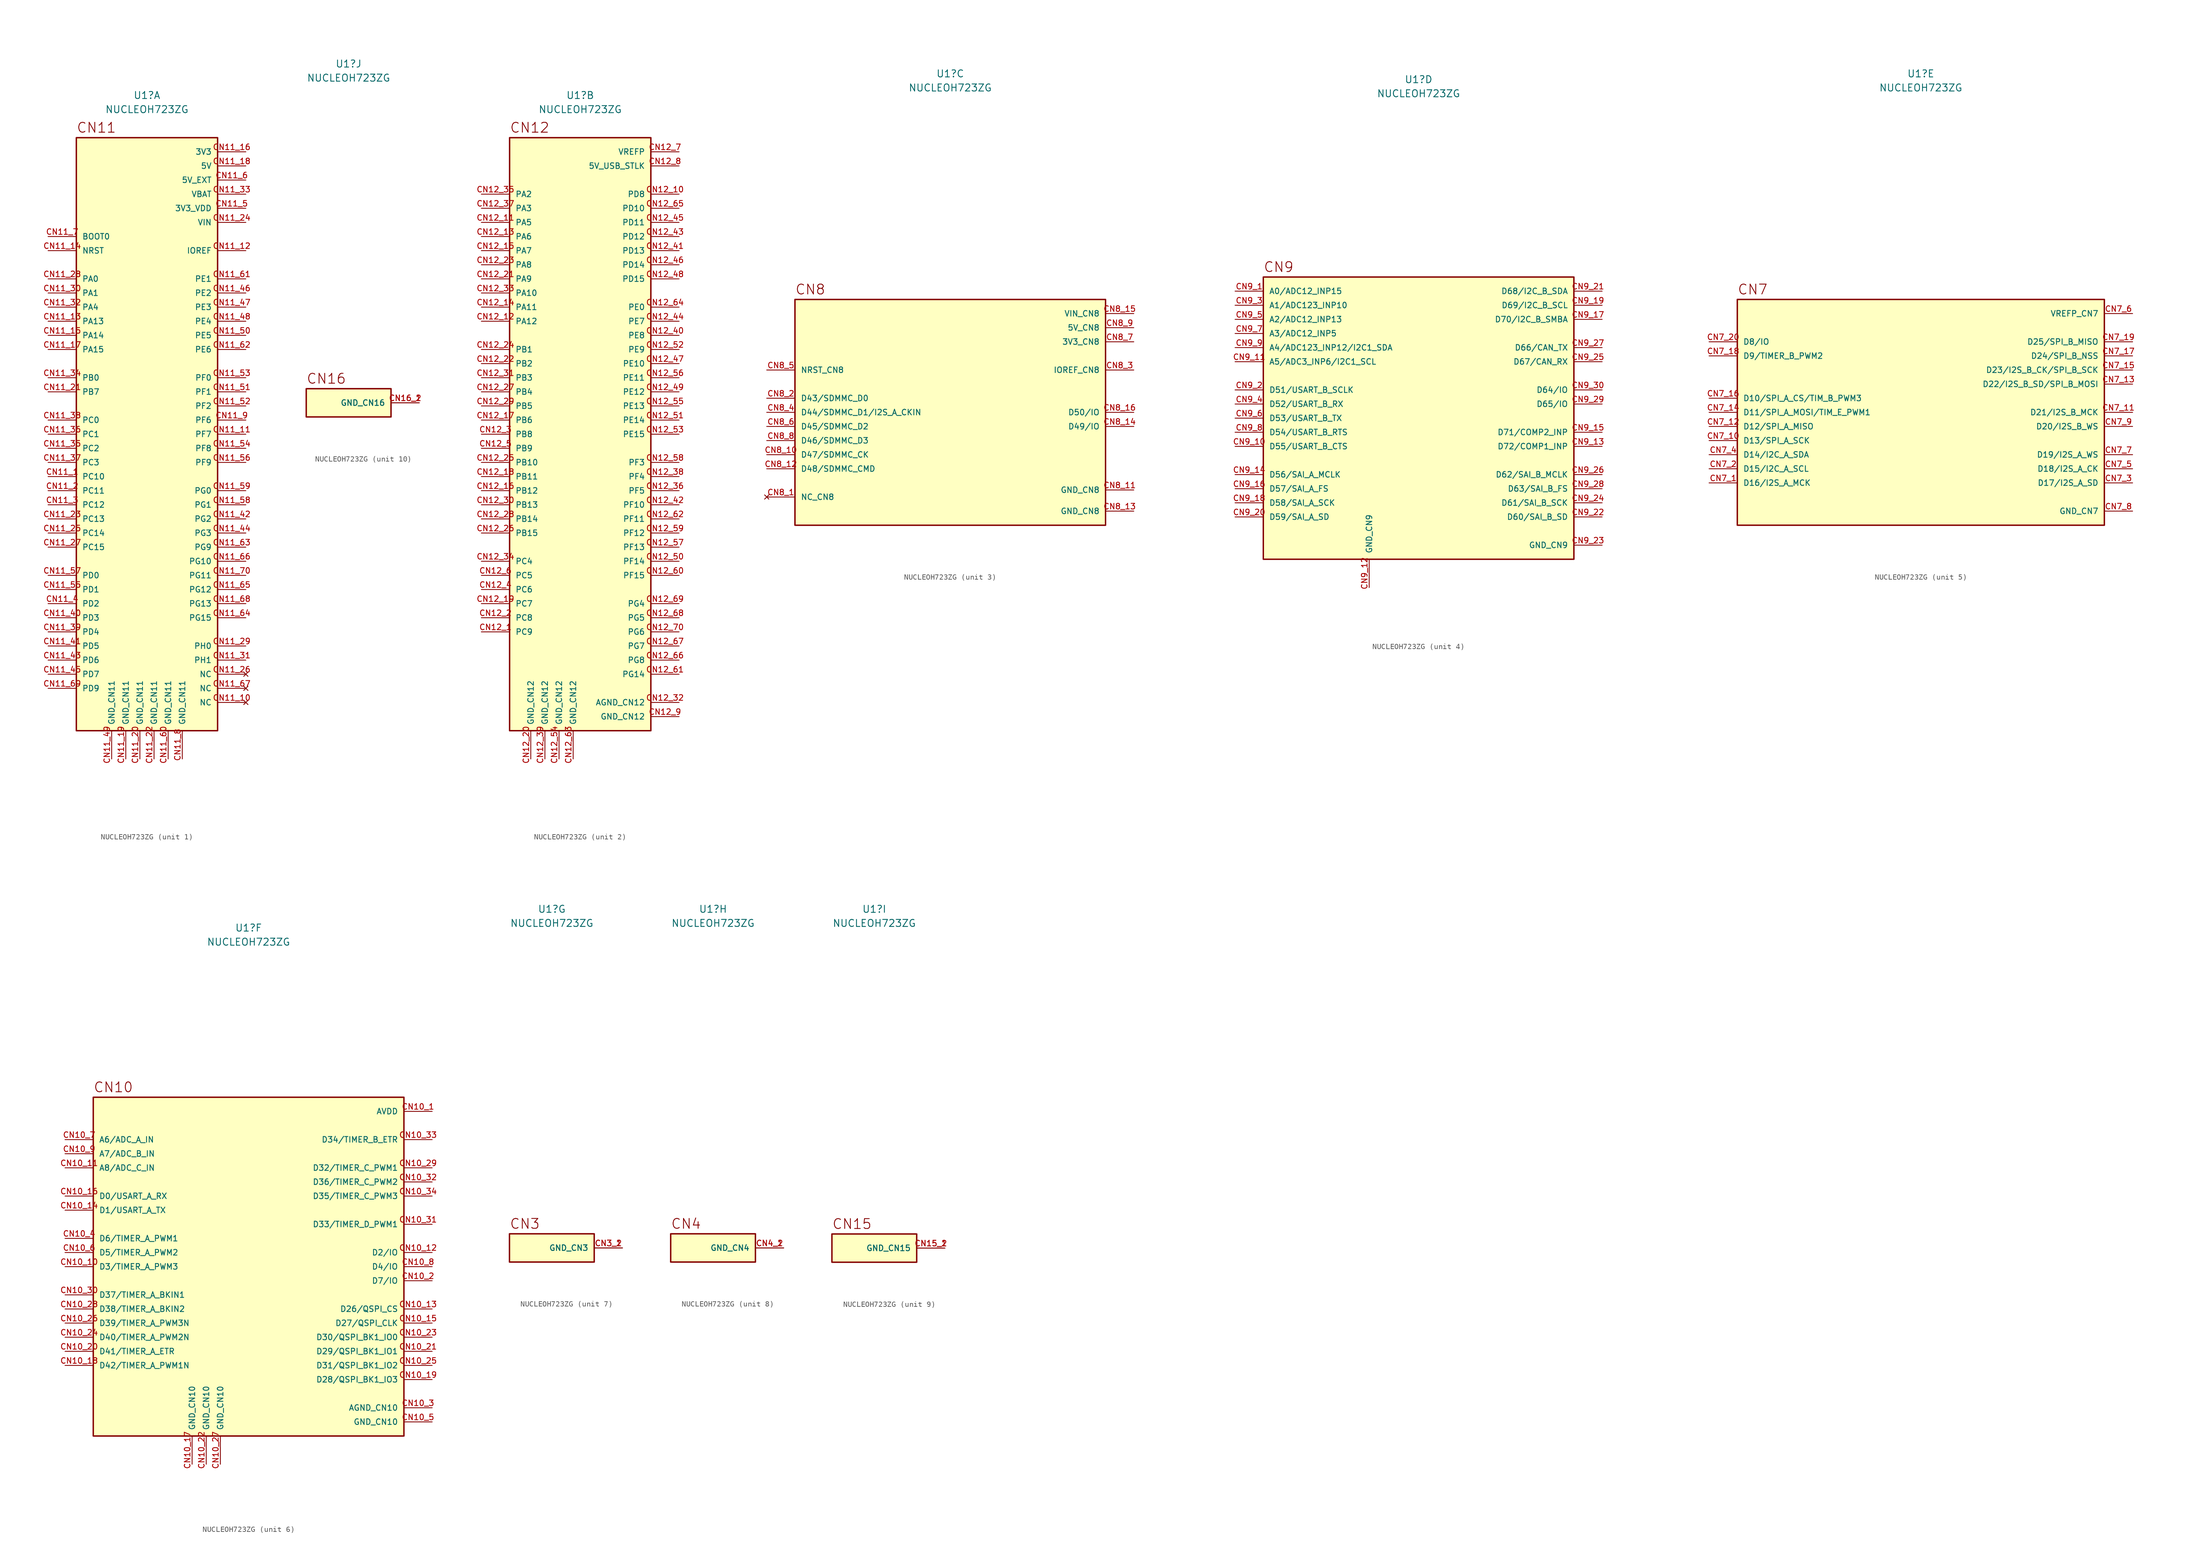
<source format=kicad_sym>
(kicad_symbol_lib
  (version 20231120)
  (generator "kicad_symbol_editor")
  (generator_version "8.0")
  (symbol "NUCLEOH723ZG"
    (pin_names
      (offset 1.016))
    (property "Reference" "U1"
      (at 0 60.96 0)
      (effects (font (size 1.27 1.27))))
    (property "Value" "NUCLEOH723ZG"
      (at 0 58.42 0)
      (effects (font (size 1.27 1.27))))
    (symbol "NUCLEOH723ZG_1_0"
      (rectangle (start -12.7 -53.34) (end 12.7 53.34) (stroke (width 0.254) (type default)) (fill (type background)))
      (text "CN11" (at -12.7 54.102 0) (effects (font (size 1.778 1.778)) (justify left bottom)))
      (pin bidirectional line (at -17.78 -7.62 0) (length 5.08) (name "PC10" (effects (font (size 1.016 1.016)))) (number "CN11_1" (effects (font (size 1.016 1.016)))))
      (pin no_connect line (at 17.78 -48.26 180) (length 5.08) (name "NC" (effects (font (size 1.016 1.016)))) (number "CN11_10" (effects (font (size 1.016 1.016)))))
      (pin bidirectional line (at 17.78 0 180) (length 5.08) (name "PF7" (effects (font (size 1.016 1.016)))) (number "CN11_11" (effects (font (size 1.016 1.016)))))
      (pin bidirectional line (at 17.78 33.02 180) (length 5.08) (name "IOREF" (effects (font (size 1.016 1.016)))) (number "CN11_12" (effects (font (size 1.016 1.016)))))
      (pin bidirectional line (at -17.78 20.32 0) (length 5.08) (name "PA13" (effects (font (size 1.016 1.016)))) (number "CN11_13" (effects (font (size 1.016 1.016)))))
      (pin input line (at -17.78 33.02 0) (length 5.08) (name "NRST" (effects (font (size 1.016 1.016)))) (number "CN11_14" (effects (font (size 1.016 1.016)))))
      (pin bidirectional line (at -17.78 17.78 0) (length 5.08) (name "PA14" (effects (font (size 1.016 1.016)))) (number "CN11_15" (effects (font (size 1.016 1.016)))))
      (pin power_in line (at 17.78 50.8 180) (length 5.08) (name "3V3" (effects (font (size 1.016 1.016)))) (number "CN11_16" (effects (font (size 1.016 1.016)))))
      (pin bidirectional line (at -17.78 15.24 0) (length 5.08) (name "PA15" (effects (font (size 1.016 1.016)))) (number "CN11_17" (effects (font (size 1.016 1.016)))))
      (pin power_in line (at 17.78 48.26 180) (length 5.08) (name "5V" (effects (font (size 1.016 1.016)))) (number "CN11_18" (effects (font (size 1.016 1.016)))))
      (pin power_in line (at -3.81 -58.42 90) (length 5.08) (name "GND_CN11" (effects (font (size 1.016 1.016)))) (number "CN11_19" (effects (font (size 1.016 1.016)))))
      (pin bidirectional line (at -17.78 -10.16 0) (length 5.08) (name "PC11" (effects (font (size 1.016 1.016)))) (number "CN11_2" (effects (font (size 1.016 1.016)))))
      (pin power_in line (at -1.27 -58.42 90) (length 5.08) (name "GND_CN11" (effects (font (size 1.016 1.016)))) (number "CN11_20" (effects (font (size 1.016 1.016)))))
      (pin bidirectional line (at -17.78 7.62 0) (length 5.08) (name "PB7" (effects (font (size 1.016 1.016)))) (number "CN11_21" (effects (font (size 1.016 1.016)))))
      (pin power_in line (at 1.27 -58.42 90) (length 5.08) (name "GND_CN11" (effects (font (size 1.016 1.016)))) (number "CN11_22" (effects (font (size 1.016 1.016)))))
      (pin bidirectional line (at -17.78 -15.24 0) (length 5.08) (name "PC13" (effects (font (size 1.016 1.016)))) (number "CN11_23" (effects (font (size 1.016 1.016)))))
      (pin power_in line (at 17.78 38.1 180) (length 5.08) (name "VIN" (effects (font (size 1.016 1.016)))) (number "CN11_24" (effects (font (size 1.016 1.016)))))
      (pin bidirectional line (at -17.78 -17.78 0) (length 5.08) (name "PC14" (effects (font (size 1.016 1.016)))) (number "CN11_25" (effects (font (size 1.016 1.016)))))
      (pin no_connect line (at 17.78 -43.18 180) (length 5.08) (name "NC" (effects (font (size 1.016 1.016)))) (number "CN11_26" (effects (font (size 1.016 1.016)))))
      (pin bidirectional line (at -17.78 -20.32 0) (length 5.08) (name "PC15" (effects (font (size 1.016 1.016)))) (number "CN11_27" (effects (font (size 1.016 1.016)))))
      (pin bidirectional line (at -17.78 27.94 0) (length 5.08) (name "PA0" (effects (font (size 1.016 1.016)))) (number "CN11_28" (effects (font (size 1.016 1.016)))))
      (pin bidirectional line (at 17.78 -38.1 180) (length 5.08) (name "PH0" (effects (font (size 1.016 1.016)))) (number "CN11_29" (effects (font (size 1.016 1.016)))))
      (pin bidirectional line (at -17.78 -12.7 0) (length 5.08) (name "PC12" (effects (font (size 1.016 1.016)))) (number "CN11_3" (effects (font (size 1.016 1.016)))))
      (pin bidirectional line (at -17.78 25.4 0) (length 5.08) (name "PA1" (effects (font (size 1.016 1.016)))) (number "CN11_30" (effects (font (size 1.016 1.016)))))
      (pin bidirectional line (at 17.78 -40.64 180) (length 5.08) (name "PH1" (effects (font (size 1.016 1.016)))) (number "CN11_31" (effects (font (size 1.016 1.016)))))
      (pin bidirectional line (at -17.78 22.86 0) (length 5.08) (name "PA4" (effects (font (size 1.016 1.016)))) (number "CN11_32" (effects (font (size 1.016 1.016)))))
      (pin power_in line (at 17.78 43.18 180) (length 5.08) (name "VBAT" (effects (font (size 1.016 1.016)))) (number "CN11_33" (effects (font (size 1.016 1.016)))))
      (pin bidirectional line (at -17.78 10.16 0) (length 5.08) (name "PB0" (effects (font (size 1.016 1.016)))) (number "CN11_34" (effects (font (size 1.016 1.016)))))
      (pin bidirectional line (at -17.78 -2.54 0) (length 5.08) (name "PC2" (effects (font (size 1.016 1.016)))) (number "CN11_35" (effects (font (size 1.016 1.016)))))
      (pin bidirectional line (at -17.78 0 0) (length 5.08) (name "PC1" (effects (font (size 1.016 1.016)))) (number "CN11_36" (effects (font (size 1.016 1.016)))))
      (pin bidirectional line (at -17.78 -5.08 0) (length 5.08) (name "PC3" (effects (font (size 1.016 1.016)))) (number "CN11_37" (effects (font (size 1.016 1.016)))))
      (pin bidirectional line (at -17.78 2.54 0) (length 5.08) (name "PC0" (effects (font (size 1.016 1.016)))) (number "CN11_38" (effects (font (size 1.016 1.016)))))
      (pin bidirectional line (at -17.78 -35.56 0) (length 5.08) (name "PD4" (effects (font (size 1.016 1.016)))) (number "CN11_39" (effects (font (size 1.016 1.016)))))
      (pin bidirectional line (at -17.78 -30.48 0) (length 5.08) (name "PD2" (effects (font (size 1.016 1.016)))) (number "CN11_4" (effects (font (size 1.016 1.016)))))
      (pin bidirectional line (at -17.78 -33.02 0) (length 5.08) (name "PD3" (effects (font (size 1.016 1.016)))) (number "CN11_40" (effects (font (size 1.016 1.016)))))
      (pin bidirectional line (at -17.78 -38.1 0) (length 5.08) (name "PD5" (effects (font (size 1.016 1.016)))) (number "CN11_41" (effects (font (size 1.016 1.016)))))
      (pin bidirectional line (at 17.78 -15.24 180) (length 5.08) (name "PG2" (effects (font (size 1.016 1.016)))) (number "CN11_42" (effects (font (size 1.016 1.016)))))
      (pin bidirectional line (at -17.78 -40.64 0) (length 5.08) (name "PD6" (effects (font (size 1.016 1.016)))) (number "CN11_43" (effects (font (size 1.016 1.016)))))
      (pin bidirectional line (at 17.78 -17.78 180) (length 5.08) (name "PG3" (effects (font (size 1.016 1.016)))) (number "CN11_44" (effects (font (size 1.016 1.016)))))
      (pin bidirectional line (at -17.78 -43.18 0) (length 5.08) (name "PD7" (effects (font (size 1.016 1.016)))) (number "CN11_45" (effects (font (size 1.016 1.016)))))
      (pin bidirectional line (at 17.78 25.4 180) (length 5.08) (name "PE2" (effects (font (size 1.016 1.016)))) (number "CN11_46" (effects (font (size 1.016 1.016)))))
      (pin bidirectional line (at 17.78 22.86 180) (length 5.08) (name "PE3" (effects (font (size 1.016 1.016)))) (number "CN11_47" (effects (font (size 1.016 1.016)))))
      (pin bidirectional line (at 17.78 20.32 180) (length 5.08) (name "PE4" (effects (font (size 1.016 1.016)))) (number "CN11_48" (effects (font (size 1.016 1.016)))))
      (pin power_in line (at -6.35 -58.42 90) (length 5.08) (name "GND_CN11" (effects (font (size 1.016 1.016)))) (number "CN11_49" (effects (font (size 1.016 1.016)))))
      (pin power_in line (at 17.78 40.64 180) (length 5.08) (name "3V3_VDD" (effects (font (size 1.016 1.016)))) (number "CN11_5" (effects (font (size 1.016 1.016)))))
      (pin bidirectional line (at 17.78 17.78 180) (length 5.08) (name "PE5" (effects (font (size 1.016 1.016)))) (number "CN11_50" (effects (font (size 1.016 1.016)))))
      (pin bidirectional line (at 17.78 7.62 180) (length 5.08) (name "PF1" (effects (font (size 1.016 1.016)))) (number "CN11_51" (effects (font (size 1.016 1.016)))))
      (pin bidirectional line (at 17.78 5.08 180) (length 5.08) (name "PF2" (effects (font (size 1.016 1.016)))) (number "CN11_52" (effects (font (size 1.016 1.016)))))
      (pin bidirectional line (at 17.78 10.16 180) (length 5.08) (name "PF0" (effects (font (size 1.016 1.016)))) (number "CN11_53" (effects (font (size 1.016 1.016)))))
      (pin bidirectional line (at 17.78 -2.54 180) (length 5.08) (name "PF8" (effects (font (size 1.016 1.016)))) (number "CN11_54" (effects (font (size 1.016 1.016)))))
      (pin bidirectional line (at -17.78 -27.94 0) (length 5.08) (name "PD1" (effects (font (size 1.016 1.016)))) (number "CN11_55" (effects (font (size 1.016 1.016)))))
      (pin bidirectional line (at 17.78 -5.08 180) (length 5.08) (name "PF9" (effects (font (size 1.016 1.016)))) (number "CN11_56" (effects (font (size 1.016 1.016)))))
      (pin bidirectional line (at -17.78 -25.4 0) (length 5.08) (name "PD0" (effects (font (size 1.016 1.016)))) (number "CN11_57" (effects (font (size 1.016 1.016)))))
      (pin bidirectional line (at 17.78 -12.7 180) (length 5.08) (name "PG1" (effects (font (size 1.016 1.016)))) (number "CN11_58" (effects (font (size 1.016 1.016)))))
      (pin bidirectional line (at 17.78 -10.16 180) (length 5.08) (name "PG0" (effects (font (size 1.016 1.016)))) (number "CN11_59" (effects (font (size 1.016 1.016)))))
      (pin power_in line (at 17.78 45.72 180) (length 5.08) (name "5V_EXT" (effects (font (size 1.016 1.016)))) (number "CN11_6" (effects (font (size 1.016 1.016)))))
      (pin power_in line (at 3.81 -58.42 90) (length 5.08) (name "GND_CN11" (effects (font (size 1.016 1.016)))) (number "CN11_60" (effects (font (size 1.016 1.016)))))
      (pin bidirectional line (at 17.78 27.94 180) (length 5.08) (name "PE1" (effects (font (size 1.016 1.016)))) (number "CN11_61" (effects (font (size 1.016 1.016)))))
      (pin bidirectional line (at 17.78 15.24 180) (length 5.08) (name "PE6" (effects (font (size 1.016 1.016)))) (number "CN11_62" (effects (font (size 1.016 1.016)))))
      (pin bidirectional line (at 17.78 -20.32 180) (length 5.08) (name "PG9" (effects (font (size 1.016 1.016)))) (number "CN11_63" (effects (font (size 1.016 1.016)))))
      (pin bidirectional line (at 17.78 -33.02 180) (length 5.08) (name "PG15" (effects (font (size 1.016 1.016)))) (number "CN11_64" (effects (font (size 1.016 1.016)))))
      (pin bidirectional line (at 17.78 -27.94 180) (length 5.08) (name "PG12" (effects (font (size 1.016 1.016)))) (number "CN11_65" (effects (font (size 1.016 1.016)))))
      (pin bidirectional line (at 17.78 -22.86 180) (length 5.08) (name "PG10" (effects (font (size 1.016 1.016)))) (number "CN11_66" (effects (font (size 1.016 1.016)))))
      (pin no_connect line (at 17.78 -45.72 180) (length 5.08) (name "NC" (effects (font (size 1.016 1.016)))) (number "CN11_67" (effects (font (size 1.016 1.016)))))
      (pin bidirectional line (at 17.78 -30.48 180) (length 5.08) (name "PG13" (effects (font (size 1.016 1.016)))) (number "CN11_68" (effects (font (size 1.016 1.016)))))
      (pin bidirectional line (at -17.78 -45.72 0) (length 5.08) (name "PD9" (effects (font (size 1.016 1.016)))) (number "CN11_69" (effects (font (size 1.016 1.016)))))
      (pin input line (at -17.78 35.56 0) (length 5.08) (name "BOOT0" (effects (font (size 1.016 1.016)))) (number "CN11_7" (effects (font (size 1.016 1.016)))))
      (pin bidirectional line (at 17.78 -25.4 180) (length 5.08) (name "PG11" (effects (font (size 1.016 1.016)))) (number "CN11_70" (effects (font (size 1.016 1.016)))))
      (pin power_in line (at 6.35 -58.42 90) (length 5.08) (name "GND_CN11" (effects (font (size 1.016 1.016)))) (number "CN11_8" (effects (font (size 1.016 1.016)))))
      (pin bidirectional line (at 17.78 2.54 180) (length 5.08) (name "PF6" (effects (font (size 1.016 1.016)))) (number "CN11_9" (effects (font (size 1.016 1.016))))))
    (symbol "NUCLEOH723ZG_2_0"
      (rectangle (start -12.7 -53.34) (end 12.7 53.34) (stroke (width 0.254) (type default)) (fill (type background)))
      (text "CN12" (at -12.7 54.102 0) (effects (font (size 1.778 1.778)) (justify left bottom)))
      (pin bidirectional line (at -17.78 -35.56 0) (length 5.08) (name "PC9" (effects (font (size 1.016 1.016)))) (number "CN12_1" (effects (font (size 1.016 1.016)))))
      (pin bidirectional line (at 17.78 43.18 180) (length 5.08) (name "PD8" (effects (font (size 1.016 1.016)))) (number "CN12_10" (effects (font (size 1.016 1.016)))))
      (pin bidirectional line (at -17.78 38.1 0) (length 5.08) (name "PA5" (effects (font (size 1.016 1.016)))) (number "CN12_11" (effects (font (size 1.016 1.016)))))
      (pin bidirectional line (at -17.78 20.32 0) (length 5.08) (name "PA12" (effects (font (size 1.016 1.016)))) (number "CN12_12" (effects (font (size 1.016 1.016)))))
      (pin bidirectional line (at -17.78 35.56 0) (length 5.08) (name "PA6" (effects (font (size 1.016 1.016)))) (number "CN12_13" (effects (font (size 1.016 1.016)))))
      (pin bidirectional line (at -17.78 22.86 0) (length 5.08) (name "PA11" (effects (font (size 1.016 1.016)))) (number "CN12_14" (effects (font (size 1.016 1.016)))))
      (pin bidirectional line (at -17.78 33.02 0) (length 5.08) (name "PA7" (effects (font (size 1.016 1.016)))) (number "CN12_15" (effects (font (size 1.016 1.016)))))
      (pin bidirectional line (at -17.78 -10.16 0) (length 5.08) (name "PB12" (effects (font (size 1.016 1.016)))) (number "CN12_16" (effects (font (size 1.016 1.016)))))
      (pin bidirectional line (at -17.78 2.54 0) (length 5.08) (name "PB6" (effects (font (size 1.016 1.016)))) (number "CN12_17" (effects (font (size 1.016 1.016)))))
      (pin bidirectional line (at -17.78 -7.62 0) (length 5.08) (name "PB11" (effects (font (size 1.016 1.016)))) (number "CN12_18" (effects (font (size 1.016 1.016)))))
      (pin bidirectional line (at -17.78 -30.48 0) (length 5.08) (name "PC7" (effects (font (size 1.016 1.016)))) (number "CN12_19" (effects (font (size 1.016 1.016)))))
      (pin bidirectional line (at -17.78 -33.02 0) (length 5.08) (name "PC8" (effects (font (size 1.016 1.016)))) (number "CN12_2" (effects (font (size 1.016 1.016)))))
      (pin power_in line (at -8.89 -58.42 90) (length 5.08) (name "GND_CN12" (effects (font (size 1.016 1.016)))) (number "CN12_20" (effects (font (size 1.016 1.016)))))
      (pin bidirectional line (at -17.78 27.94 0) (length 5.08) (name "PA9" (effects (font (size 1.016 1.016)))) (number "CN12_21" (effects (font (size 1.016 1.016)))))
      (pin bidirectional line (at -17.78 12.7 0) (length 5.08) (name "PB2" (effects (font (size 1.016 1.016)))) (number "CN12_22" (effects (font (size 1.016 1.016)))))
      (pin bidirectional line (at -17.78 30.48 0) (length 5.08) (name "PA8" (effects (font (size 1.016 1.016)))) (number "CN12_23" (effects (font (size 1.016 1.016)))))
      (pin bidirectional line (at -17.78 15.24 0) (length 5.08) (name "PB1" (effects (font (size 1.016 1.016)))) (number "CN12_24" (effects (font (size 1.016 1.016)))))
      (pin bidirectional line (at -17.78 -5.08 0) (length 5.08) (name "PB10" (effects (font (size 1.016 1.016)))) (number "CN12_25" (effects (font (size 1.016 1.016)))))
      (pin bidirectional line (at -17.78 -17.78 0) (length 5.08) (name "PB15" (effects (font (size 1.016 1.016)))) (number "CN12_26" (effects (font (size 1.016 1.016)))))
      (pin bidirectional line (at -17.78 7.62 0) (length 5.08) (name "PB4" (effects (font (size 1.016 1.016)))) (number "CN12_27" (effects (font (size 1.016 1.016)))))
      (pin bidirectional line (at -17.78 -15.24 0) (length 5.08) (name "PB14" (effects (font (size 1.016 1.016)))) (number "CN12_28" (effects (font (size 1.016 1.016)))))
      (pin bidirectional line (at -17.78 5.08 0) (length 5.08) (name "PB5" (effects (font (size 1.016 1.016)))) (number "CN12_29" (effects (font (size 1.016 1.016)))))
      (pin bidirectional line (at -17.78 0 0) (length 5.08) (name "PB8" (effects (font (size 1.016 1.016)))) (number "CN12_3" (effects (font (size 1.016 1.016)))))
      (pin bidirectional line (at -17.78 -12.7 0) (length 5.08) (name "PB13" (effects (font (size 1.016 1.016)))) (number "CN12_30" (effects (font (size 1.016 1.016)))))
      (pin bidirectional line (at -17.78 10.16 0) (length 5.08) (name "PB3" (effects (font (size 1.016 1.016)))) (number "CN12_31" (effects (font (size 1.016 1.016)))))
      (pin power_in line (at 17.78 -48.26 180) (length 5.08) (name "AGND_CN12" (effects (font (size 1.016 1.016)))) (number "CN12_32" (effects (font (size 1.016 1.016)))))
      (pin bidirectional line (at -17.78 25.4 0) (length 5.08) (name "PA10" (effects (font (size 1.016 1.016)))) (number "CN12_33" (effects (font (size 1.016 1.016)))))
      (pin bidirectional line (at -17.78 -22.86 0) (length 5.08) (name "PC4" (effects (font (size 1.016 1.016)))) (number "CN12_34" (effects (font (size 1.016 1.016)))))
      (pin bidirectional line (at -17.78 43.18 0) (length 5.08) (name "PA2" (effects (font (size 1.016 1.016)))) (number "CN12_35" (effects (font (size 1.016 1.016)))))
      (pin bidirectional line (at 17.78 -10.16 180) (length 5.08) (name "PF5" (effects (font (size 1.016 1.016)))) (number "CN12_36" (effects (font (size 1.016 1.016)))))
      (pin bidirectional line (at -17.78 40.64 0) (length 5.08) (name "PA3" (effects (font (size 1.016 1.016)))) (number "CN12_37" (effects (font (size 1.016 1.016)))))
      (pin bidirectional line (at 17.78 -7.62 180) (length 5.08) (name "PF4" (effects (font (size 1.016 1.016)))) (number "CN12_38" (effects (font (size 1.016 1.016)))))
      (pin power_in line (at -6.35 -58.42 90) (length 5.08) (name "GND_CN12" (effects (font (size 1.016 1.016)))) (number "CN12_39" (effects (font (size 1.016 1.016)))))
      (pin bidirectional line (at -17.78 -27.94 0) (length 5.08) (name "PC6" (effects (font (size 1.016 1.016)))) (number "CN12_4" (effects (font (size 1.016 1.016)))))
      (pin bidirectional line (at 17.78 17.78 180) (length 5.08) (name "PE8" (effects (font (size 1.016 1.016)))) (number "CN12_40" (effects (font (size 1.016 1.016)))))
      (pin bidirectional line (at 17.78 33.02 180) (length 5.08) (name "PD13" (effects (font (size 1.016 1.016)))) (number "CN12_41" (effects (font (size 1.016 1.016)))))
      (pin bidirectional line (at 17.78 -12.7 180) (length 5.08) (name "PF10" (effects (font (size 1.016 1.016)))) (number "CN12_42" (effects (font (size 1.016 1.016)))))
      (pin bidirectional line (at 17.78 35.56 180) (length 5.08) (name "PD12" (effects (font (size 1.016 1.016)))) (number "CN12_43" (effects (font (size 1.016 1.016)))))
      (pin bidirectional line (at 17.78 20.32 180) (length 5.08) (name "PE7" (effects (font (size 1.016 1.016)))) (number "CN12_44" (effects (font (size 1.016 1.016)))))
      (pin bidirectional line (at 17.78 38.1 180) (length 5.08) (name "PD11" (effects (font (size 1.016 1.016)))) (number "CN12_45" (effects (font (size 1.016 1.016)))))
      (pin bidirectional line (at 17.78 30.48 180) (length 5.08) (name "PD14" (effects (font (size 1.016 1.016)))) (number "CN12_46" (effects (font (size 1.016 1.016)))))
      (pin bidirectional line (at 17.78 12.7 180) (length 5.08) (name "PE10" (effects (font (size 1.016 1.016)))) (number "CN12_47" (effects (font (size 1.016 1.016)))))
      (pin bidirectional line (at 17.78 27.94 180) (length 5.08) (name "PD15" (effects (font (size 1.016 1.016)))) (number "CN12_48" (effects (font (size 1.016 1.016)))))
      (pin bidirectional line (at 17.78 7.62 180) (length 5.08) (name "PE12" (effects (font (size 1.016 1.016)))) (number "CN12_49" (effects (font (size 1.016 1.016)))))
      (pin bidirectional line (at -17.78 -2.54 0) (length 5.08) (name "PB9" (effects (font (size 1.016 1.016)))) (number "CN12_5" (effects (font (size 1.016 1.016)))))
      (pin bidirectional line (at 17.78 -22.86 180) (length 5.08) (name "PF14" (effects (font (size 1.016 1.016)))) (number "CN12_50" (effects (font (size 1.016 1.016)))))
      (pin bidirectional line (at 17.78 2.54 180) (length 5.08) (name "PE14" (effects (font (size 1.016 1.016)))) (number "CN12_51" (effects (font (size 1.016 1.016)))))
      (pin bidirectional line (at 17.78 15.24 180) (length 5.08) (name "PE9" (effects (font (size 1.016 1.016)))) (number "CN12_52" (effects (font (size 1.016 1.016)))))
      (pin bidirectional line (at 17.78 0 180) (length 5.08) (name "PE15" (effects (font (size 1.016 1.016)))) (number "CN12_53" (effects (font (size 1.016 1.016)))))
      (pin power_in line (at -3.81 -58.42 90) (length 5.08) (name "GND_CN12" (effects (font (size 1.016 1.016)))) (number "CN12_54" (effects (font (size 1.016 1.016)))))
      (pin bidirectional line (at 17.78 5.08 180) (length 5.08) (name "PE13" (effects (font (size 1.016 1.016)))) (number "CN12_55" (effects (font (size 1.016 1.016)))))
      (pin bidirectional line (at 17.78 10.16 180) (length 5.08) (name "PE11" (effects (font (size 1.016 1.016)))) (number "CN12_56" (effects (font (size 1.016 1.016)))))
      (pin bidirectional line (at 17.78 -20.32 180) (length 5.08) (name "PF13" (effects (font (size 1.016 1.016)))) (number "CN12_57" (effects (font (size 1.016 1.016)))))
      (pin bidirectional line (at 17.78 -5.08 180) (length 5.08) (name "PF3" (effects (font (size 1.016 1.016)))) (number "CN12_58" (effects (font (size 1.016 1.016)))))
      (pin bidirectional line (at 17.78 -17.78 180) (length 5.08) (name "PF12" (effects (font (size 1.016 1.016)))) (number "CN12_59" (effects (font (size 1.016 1.016)))))
      (pin bidirectional line (at -17.78 -25.4 0) (length 5.08) (name "PC5" (effects (font (size 1.016 1.016)))) (number "CN12_6" (effects (font (size 1.016 1.016)))))
      (pin bidirectional line (at 17.78 -25.4 180) (length 5.08) (name "PF15" (effects (font (size 1.016 1.016)))) (number "CN12_60" (effects (font (size 1.016 1.016)))))
      (pin bidirectional line (at 17.78 -43.18 180) (length 5.08) (name "PG14" (effects (font (size 1.016 1.016)))) (number "CN12_61" (effects (font (size 1.016 1.016)))))
      (pin bidirectional line (at 17.78 -15.24 180) (length 5.08) (name "PF11" (effects (font (size 1.016 1.016)))) (number "CN12_62" (effects (font (size 1.016 1.016)))))
      (pin power_in line (at -1.27 -58.42 90) (length 5.08) (name "GND_CN12" (effects (font (size 1.016 1.016)))) (number "CN12_63" (effects (font (size 1.016 1.016)))))
      (pin bidirectional line (at 17.78 22.86 180) (length 5.08) (name "PE0" (effects (font (size 1.016 1.016)))) (number "CN12_64" (effects (font (size 1.016 1.016)))))
      (pin bidirectional line (at 17.78 40.64 180) (length 5.08) (name "PD10" (effects (font (size 1.016 1.016)))) (number "CN12_65" (effects (font (size 1.016 1.016)))))
      (pin bidirectional line (at 17.78 -40.64 180) (length 5.08) (name "PG8" (effects (font (size 1.016 1.016)))) (number "CN12_66" (effects (font (size 1.016 1.016)))))
      (pin bidirectional line (at 17.78 -38.1 180) (length 5.08) (name "PG7" (effects (font (size 1.016 1.016)))) (number "CN12_67" (effects (font (size 1.016 1.016)))))
      (pin bidirectional line (at 17.78 -33.02 180) (length 5.08) (name "PG5" (effects (font (size 1.016 1.016)))) (number "CN12_68" (effects (font (size 1.016 1.016)))))
      (pin bidirectional line (at 17.78 -30.48 180) (length 5.08) (name "PG4" (effects (font (size 1.016 1.016)))) (number "CN12_69" (effects (font (size 1.016 1.016)))))
      (pin power_in line (at 17.78 50.8 180) (length 5.08) (name "VREFP" (effects (font (size 1.016 1.016)))) (number "CN12_7" (effects (font (size 1.016 1.016)))))
      (pin bidirectional line (at 17.78 -35.56 180) (length 5.08) (name "PG6" (effects (font (size 1.016 1.016)))) (number "CN12_70" (effects (font (size 1.016 1.016)))))
      (pin power_in line (at 17.78 48.26 180) (length 5.08) (name "5V_USB_STLK" (effects (font (size 1.016 1.016)))) (number "CN12_8" (effects (font (size 1.016 1.016)))))
      (pin power_in line (at 17.78 -50.8 180) (length 5.08) (name "GND_CN12" (effects (font (size 1.016 1.016)))) (number "CN12_9" (effects (font (size 1.016 1.016))))))
    (symbol "NUCLEOH723ZG_3_0"
      (rectangle (start -27.94 -20.32) (end 27.94 20.32) (stroke (width 0.254) (type default)) (fill (type background)))
      (text "CN8" (at -27.94 21.082 0) (effects (font (size 1.778 1.778)) (justify left bottom)))
      (pin no_connect line (at -33.02 -15.24 0) (length 5.08) (name "NC_CN8" (effects (font (size 1.016 1.016)))) (number "CN8_1" (effects (font (size 1.016 1.016)))))
      (pin bidirectional line (at -33.02 -7.62 0) (length 5.08) (name "D47/SDMMC_CK" (effects (font (size 1.016 1.016)))) (number "CN8_10" (effects (font (size 1.016 1.016)))))
      (pin power_in line (at 33.02 -13.97 180) (length 5.08) (name "GND_CN8" (effects (font (size 1.016 1.016)))) (number "CN8_11" (effects (font (size 1.016 1.016)))))
      (pin bidirectional line (at -33.02 -10.16 0) (length 5.08) (name "D48/SDMMC_CMD" (effects (font (size 1.016 1.016)))) (number "CN8_12" (effects (font (size 1.016 1.016)))))
      (pin power_in line (at 33.02 -17.78 180) (length 5.08) (name "GND_CN8" (effects (font (size 1.016 1.016)))) (number "CN8_13" (effects (font (size 1.016 1.016)))))
      (pin bidirectional line (at 33.02 -2.54 180) (length 5.08) (name "D49/IO" (effects (font (size 1.016 1.016)))) (number "CN8_14" (effects (font (size 1.016 1.016)))))
      (pin power_in line (at 33.02 17.78 180) (length 5.08) (name "VIN_CN8" (effects (font (size 1.016 1.016)))) (number "CN8_15" (effects (font (size 1.016 1.016)))))
      (pin bidirectional line (at 33.02 0 180) (length 5.08) (name "D50/IO" (effects (font (size 1.016 1.016)))) (number "CN8_16" (effects (font (size 1.016 1.016)))))
      (pin bidirectional line (at -33.02 2.54 0) (length 5.08) (name "D43/SDMMC_D0" (effects (font (size 1.016 1.016)))) (number "CN8_2" (effects (font (size 1.016 1.016)))))
      (pin bidirectional line (at 33.02 7.62 180) (length 5.08) (name "IOREF_CN8" (effects (font (size 1.016 1.016)))) (number "CN8_3" (effects (font (size 1.016 1.016)))))
      (pin bidirectional line (at -33.02 0 0) (length 5.08) (name "D44/SDMMC_D1/I2S_A_CKIN" (effects (font (size 1.016 1.016)))) (number "CN8_4" (effects (font (size 1.016 1.016)))))
      (pin input line (at -33.02 7.62 0) (length 5.08) (name "NRST_CN8" (effects (font (size 1.016 1.016)))) (number "CN8_5" (effects (font (size 1.016 1.016)))))
      (pin bidirectional line (at -33.02 -2.54 0) (length 5.08) (name "D45/SDMMC_D2" (effects (font (size 1.016 1.016)))) (number "CN8_6" (effects (font (size 1.016 1.016)))))
      (pin power_in line (at 33.02 12.7 180) (length 5.08) (name "3V3_CN8" (effects (font (size 1.016 1.016)))) (number "CN8_7" (effects (font (size 1.016 1.016)))))
      (pin bidirectional line (at -33.02 -5.08 0) (length 5.08) (name "D46/SDMMC_D3" (effects (font (size 1.016 1.016)))) (number "CN8_8" (effects (font (size 1.016 1.016)))))
      (pin power_in line (at 33.02 15.24 180) (length 5.08) (name "5V_CN8" (effects (font (size 1.016 1.016)))) (number "CN8_9" (effects (font (size 1.016 1.016))))))
    (symbol "NUCLEOH723ZG_4_0"
      (rectangle (start -27.94 -25.4) (end 27.94 25.4) (stroke (width 0.254) (type default)) (fill (type background)))
      (text "CN9" (at -27.94 26.162 0) (effects (font (size 1.778 1.778)) (justify left bottom)))
      (pin input line (at -33.02 22.86 0) (length 5.08) (name "A0/ADC12_INP15" (effects (font (size 1.016 1.016)))) (number "CN9_1" (effects (font (size 1.016 1.016)))))
      (pin bidirectional line (at -33.02 -5.08 0) (length 5.08) (name "D55/USART_B_CTS" (effects (font (size 1.016 1.016)))) (number "CN9_10" (effects (font (size 1.016 1.016)))))
      (pin input line (at -33.02 10.16 0) (length 5.08) (name "A5/ADC3_INP6/I2C1_SCL" (effects (font (size 1.016 1.016)))) (number "CN9_11" (effects (font (size 1.016 1.016)))))
      (pin power_in line (at -8.89 -30.48 90) (length 5.08) (name "GND_CN9" (effects (font (size 1.016 1.016)))) (number "CN9_12" (effects (font (size 1.016 1.016)))))
      (pin bidirectional line (at 33.02 -5.08 180) (length 5.08) (name "D72/COMP1_INP" (effects (font (size 1.016 1.016)))) (number "CN9_13" (effects (font (size 1.016 1.016)))))
      (pin bidirectional line (at -33.02 -10.16 0) (length 5.08) (name "D56/SAI_A_MCLK" (effects (font (size 1.016 1.016)))) (number "CN9_14" (effects (font (size 1.016 1.016)))))
      (pin bidirectional line (at 33.02 -2.54 180) (length 5.08) (name "D71/COMP2_INP" (effects (font (size 1.016 1.016)))) (number "CN9_15" (effects (font (size 1.016 1.016)))))
      (pin bidirectional line (at -33.02 -12.7 0) (length 5.08) (name "D57/SAI_A_FS" (effects (font (size 1.016 1.016)))) (number "CN9_16" (effects (font (size 1.016 1.016)))))
      (pin bidirectional line (at 33.02 17.78 180) (length 5.08) (name "D70/I2C_B_SMBA" (effects (font (size 1.016 1.016)))) (number "CN9_17" (effects (font (size 1.016 1.016)))))
      (pin bidirectional line (at -33.02 -15.24 0) (length 5.08) (name "D58/SAI_A_SCK" (effects (font (size 1.016 1.016)))) (number "CN9_18" (effects (font (size 1.016 1.016)))))
      (pin bidirectional line (at 33.02 20.32 180) (length 5.08) (name "D69/I2C_B_SCL" (effects (font (size 1.016 1.016)))) (number "CN9_19" (effects (font (size 1.016 1.016)))))
      (pin bidirectional line (at -33.02 5.08 0) (length 5.08) (name "D51/USART_B_SCLK" (effects (font (size 1.016 1.016)))) (number "CN9_2" (effects (font (size 1.016 1.016)))))
      (pin bidirectional line (at -33.02 -17.78 0) (length 5.08) (name "D59/SAI_A_SD" (effects (font (size 1.016 1.016)))) (number "CN9_20" (effects (font (size 1.016 1.016)))))
      (pin bidirectional line (at 33.02 22.86 180) (length 5.08) (name "D68/I2C_B_SDA" (effects (font (size 1.016 1.016)))) (number "CN9_21" (effects (font (size 1.016 1.016)))))
      (pin bidirectional line (at 33.02 -17.78 180) (length 5.08) (name "D60/SAI_B_SD" (effects (font (size 1.016 1.016)))) (number "CN9_22" (effects (font (size 1.016 1.016)))))
      (pin power_in line (at 33.02 -22.86 180) (length 5.08) (name "GND_CN9" (effects (font (size 1.016 1.016)))) (number "CN9_23" (effects (font (size 1.016 1.016)))))
      (pin bidirectional line (at 33.02 -15.24 180) (length 5.08) (name "D61/SAI_B_SCK" (effects (font (size 1.016 1.016)))) (number "CN9_24" (effects (font (size 1.016 1.016)))))
      (pin input line (at 33.02 10.16 180) (length 5.08) (name "D67/CAN_RX" (effects (font (size 1.016 1.016)))) (number "CN9_25" (effects (font (size 1.016 1.016)))))
      (pin bidirectional line (at 33.02 -10.16 180) (length 5.08) (name "D62/SAI_B_MCLK" (effects (font (size 1.016 1.016)))) (number "CN9_26" (effects (font (size 1.016 1.016)))))
      (pin output line (at 33.02 12.7 180) (length 5.08) (name "D66/CAN_TX" (effects (font (size 1.016 1.016)))) (number "CN9_27" (effects (font (size 1.016 1.016)))))
      (pin bidirectional line (at 33.02 -12.7 180) (length 5.08) (name "D63/SAI_B_FS" (effects (font (size 1.016 1.016)))) (number "CN9_28" (effects (font (size 1.016 1.016)))))
      (pin bidirectional line (at 33.02 2.54 180) (length 5.08) (name "D65/IO" (effects (font (size 1.016 1.016)))) (number "CN9_29" (effects (font (size 1.016 1.016)))))
      (pin input line (at -33.02 20.32 0) (length 5.08) (name "A1/ADC123_INP10" (effects (font (size 1.016 1.016)))) (number "CN9_3" (effects (font (size 1.016 1.016)))))
      (pin bidirectional line (at 33.02 5.08 180) (length 5.08) (name "D64/IO" (effects (font (size 1.016 1.016)))) (number "CN9_30" (effects (font (size 1.016 1.016)))))
      (pin bidirectional line (at -33.02 2.54 0) (length 5.08) (name "D52/USART_B_RX" (effects (font (size 1.016 1.016)))) (number "CN9_4" (effects (font (size 1.016 1.016)))))
      (pin input line (at -33.02 17.78 0) (length 5.08) (name "A2/ADC12_INP13" (effects (font (size 1.016 1.016)))) (number "CN9_5" (effects (font (size 1.016 1.016)))))
      (pin bidirectional line (at -33.02 0 0) (length 5.08) (name "D53/USART_B_TX" (effects (font (size 1.016 1.016)))) (number "CN9_6" (effects (font (size 1.016 1.016)))))
      (pin input line (at -33.02 15.24 0) (length 5.08) (name "A3/ADC12_INP5" (effects (font (size 1.016 1.016)))) (number "CN9_7" (effects (font (size 1.016 1.016)))))
      (pin bidirectional line (at -33.02 -2.54 0) (length 5.08) (name "D54/USART_B_RTS" (effects (font (size 1.016 1.016)))) (number "CN9_8" (effects (font (size 1.016 1.016)))))
      (pin input line (at -33.02 12.7 0) (length 5.08) (name "A4/ADC123_INP12/I2C1_SDA" (effects (font (size 1.016 1.016)))) (number "CN9_9" (effects (font (size 1.016 1.016))))))
    (symbol "NUCLEOH723ZG_5_0"
      (rectangle (start -33.02 -20.32) (end 33.02 20.32) (stroke (width 0.254) (type default)) (fill (type background)))
      (text "CN7" (at -33.02 21.082 0) (effects (font (size 1.778 1.778)) (justify left bottom)))
      (pin bidirectional line (at -38.1 -12.7 0) (length 5.08) (name "D16/I2S_A_MCK" (effects (font (size 1.016 1.016)))) (number "CN7_1" (effects (font (size 1.016 1.016)))))
      (pin bidirectional line (at -38.1 -5.08 0) (length 5.08) (name "D13/SPI_A_SCK" (effects (font (size 1.016 1.016)))) (number "CN7_10" (effects (font (size 1.016 1.016)))))
      (pin bidirectional line (at 38.1 0 180) (length 5.08) (name "D21/I2S_B_MCK" (effects (font (size 1.016 1.016)))) (number "CN7_11" (effects (font (size 1.016 1.016)))))
      (pin bidirectional line (at -38.1 -2.54 0) (length 5.08) (name "D12/SPI_A_MISO" (effects (font (size 1.016 1.016)))) (number "CN7_12" (effects (font (size 1.016 1.016)))))
      (pin bidirectional line (at 38.1 5.08 180) (length 5.08) (name "D22/I2S_B_SD/SPI_B_MOSI" (effects (font (size 1.016 1.016)))) (number "CN7_13" (effects (font (size 1.016 1.016)))))
      (pin bidirectional line (at -38.1 0 0) (length 5.08) (name "D11/SPI_A_MOSI/TIM_E_PWM1" (effects (font (size 1.016 1.016)))) (number "CN7_14" (effects (font (size 1.016 1.016)))))
      (pin bidirectional line (at 38.1 7.62 180) (length 5.08) (name "D23/I2S_B_CK/SPI_B_SCK" (effects (font (size 1.016 1.016)))) (number "CN7_15" (effects (font (size 1.016 1.016)))))
      (pin bidirectional line (at -38.1 2.54 0) (length 5.08) (name "D10/SPI_A_CS/TIM_B_PWM3" (effects (font (size 1.016 1.016)))) (number "CN7_16" (effects (font (size 1.016 1.016)))))
      (pin bidirectional line (at 38.1 10.16 180) (length 5.08) (name "D24/SPI_B_NSS" (effects (font (size 1.016 1.016)))) (number "CN7_17" (effects (font (size 1.016 1.016)))))
      (pin bidirectional line (at -38.1 10.16 0) (length 5.08) (name "D9/TIMER_B_PWM2" (effects (font (size 1.016 1.016)))) (number "CN7_18" (effects (font (size 1.016 1.016)))))
      (pin bidirectional line (at 38.1 12.7 180) (length 5.08) (name "D25/SPI_B_MISO" (effects (font (size 1.016 1.016)))) (number "CN7_19" (effects (font (size 1.016 1.016)))))
      (pin bidirectional line (at -38.1 -10.16 0) (length 5.08) (name "D15/I2C_A_SCL" (effects (font (size 1.016 1.016)))) (number "CN7_2" (effects (font (size 1.016 1.016)))))
      (pin bidirectional line (at -38.1 12.7 0) (length 5.08) (name "D8/IO" (effects (font (size 1.016 1.016)))) (number "CN7_20" (effects (font (size 1.016 1.016)))))
      (pin bidirectional line (at 38.1 -12.7 180) (length 5.08) (name "D17/I2S_A_SD" (effects (font (size 1.016 1.016)))) (number "CN7_3" (effects (font (size 1.016 1.016)))))
      (pin bidirectional line (at -38.1 -7.62 0) (length 5.08) (name "D14/I2C_A_SDA" (effects (font (size 1.016 1.016)))) (number "CN7_4" (effects (font (size 1.016 1.016)))))
      (pin bidirectional line (at 38.1 -10.16 180) (length 5.08) (name "D18/I2S_A_CK" (effects (font (size 1.016 1.016)))) (number "CN7_5" (effects (font (size 1.016 1.016)))))
      (pin power_in line (at 38.1 17.78 180) (length 5.08) (name "VREFP_CN7" (effects (font (size 1.016 1.016)))) (number "CN7_6" (effects (font (size 1.016 1.016)))))
      (pin bidirectional line (at 38.1 -7.62 180) (length 5.08) (name "D19/I2S_A_WS" (effects (font (size 1.016 1.016)))) (number "CN7_7" (effects (font (size 1.016 1.016)))))
      (pin power_in line (at 38.1 -17.78 180) (length 5.08) (name "GND_CN7" (effects (font (size 1.016 1.016)))) (number "CN7_8" (effects (font (size 1.016 1.016)))))
      (pin bidirectional line (at 38.1 -2.54 180) (length 5.08) (name "D20/I2S_B_WS" (effects (font (size 1.016 1.016)))) (number "CN7_9" (effects (font (size 1.016 1.016))))))
    (symbol "NUCLEOH723ZG_6_0"
      (rectangle (start -27.94 -30.48) (end 27.94 30.48) (stroke (width 0.254) (type default)) (fill (type background)))
      (text "CN10" (at -27.94 31.242 0) (effects (font (size 1.778 1.778)) (justify left bottom)))
      (pin power_in line (at 33.02 27.94 180) (length 5.08) (name "AVDD" (effects (font (size 1.016 1.016)))) (number "CN10_1" (effects (font (size 1.016 1.016)))))
      (pin bidirectional line (at -33.02 0 0) (length 5.08) (name "D3/TIMER_A_PWM3" (effects (font (size 1.016 1.016)))) (number "CN10_10" (effects (font (size 1.016 1.016)))))
      (pin input line (at -33.02 17.78 0) (length 5.08) (name "A8/ADC_C_IN" (effects (font (size 1.016 1.016)))) (number "CN10_11" (effects (font (size 1.016 1.016)))))
      (pin bidirectional line (at 33.02 2.54 180) (length 5.08) (name "D2/IO" (effects (font (size 1.016 1.016)))) (number "CN10_12" (effects (font (size 1.016 1.016)))))
      (pin bidirectional line (at 33.02 -7.62 180) (length 5.08) (name "D26/QSPI_CS" (effects (font (size 1.016 1.016)))) (number "CN10_13" (effects (font (size 1.016 1.016)))))
      (pin output line (at -33.02 10.16 0) (length 5.08) (name "D1/USART_A_TX" (effects (font (size 1.016 1.016)))) (number "CN10_14" (effects (font (size 1.016 1.016)))))
      (pin bidirectional line (at 33.02 -10.16 180) (length 5.08) (name "D27/QSPI_CLK" (effects (font (size 1.016 1.016)))) (number "CN10_15" (effects (font (size 1.016 1.016)))))
      (pin input line (at -33.02 12.7 0) (length 5.08) (name "D0/USART_A_RX" (effects (font (size 1.016 1.016)))) (number "CN10_16" (effects (font (size 1.016 1.016)))))
      (pin power_in line (at -10.16 -35.56 90) (length 5.08) (name "GND_CN10" (effects (font (size 1.016 1.016)))) (number "CN10_17" (effects (font (size 1.016 1.016)))))
      (pin bidirectional line (at -33.02 -17.78 0) (length 5.08) (name "D42/TIMER_A_PWM1N" (effects (font (size 1.016 1.016)))) (number "CN10_18" (effects (font (size 1.016 1.016)))))
      (pin bidirectional line (at 33.02 -20.32 180) (length 5.08) (name "D28/QSPI_BK1_IO3" (effects (font (size 1.016 1.016)))) (number "CN10_19" (effects (font (size 1.016 1.016)))))
      (pin bidirectional line (at 33.02 -2.54 180) (length 5.08) (name "D7/IO" (effects (font (size 1.016 1.016)))) (number "CN10_2" (effects (font (size 1.016 1.016)))))
      (pin bidirectional line (at -33.02 -15.24 0) (length 5.08) (name "D41/TIMER_A_ETR" (effects (font (size 1.016 1.016)))) (number "CN10_20" (effects (font (size 1.016 1.016)))))
      (pin bidirectional line (at 33.02 -15.24 180) (length 5.08) (name "D29/QSPI_BK1_IO1" (effects (font (size 1.016 1.016)))) (number "CN10_21" (effects (font (size 1.016 1.016)))))
      (pin power_in line (at -7.62 -35.56 90) (length 5.08) (name "GND_CN10" (effects (font (size 1.016 1.016)))) (number "CN10_22" (effects (font (size 1.016 1.016)))))
      (pin bidirectional line (at 33.02 -12.7 180) (length 5.08) (name "D30/QSPI_BK1_IO0" (effects (font (size 1.016 1.016)))) (number "CN10_23" (effects (font (size 1.016 1.016)))))
      (pin bidirectional line (at -33.02 -12.7 0) (length 5.08) (name "D40/TIMER_A_PWM2N" (effects (font (size 1.016 1.016)))) (number "CN10_24" (effects (font (size 1.016 1.016)))))
      (pin bidirectional line (at 33.02 -17.78 180) (length 5.08) (name "D31/QSPI_BK1_IO2" (effects (font (size 1.016 1.016)))) (number "CN10_25" (effects (font (size 1.016 1.016)))))
      (pin bidirectional line (at -33.02 -10.16 0) (length 5.08) (name "D39/TIMER_A_PWM3N" (effects (font (size 1.016 1.016)))) (number "CN10_26" (effects (font (size 1.016 1.016)))))
      (pin power_in line (at -5.08 -35.56 90) (length 5.08) (name "GND_CN10" (effects (font (size 1.016 1.016)))) (number "CN10_27" (effects (font (size 1.016 1.016)))))
      (pin bidirectional line (at -33.02 -7.62 0) (length 5.08) (name "D38/TIMER_A_BKIN2" (effects (font (size 1.016 1.016)))) (number "CN10_28" (effects (font (size 1.016 1.016)))))
      (pin bidirectional line (at 33.02 17.78 180) (length 5.08) (name "D32/TIMER_C_PWM1" (effects (font (size 1.016 1.016)))) (number "CN10_29" (effects (font (size 1.016 1.016)))))
      (pin power_in line (at 33.02 -25.4 180) (length 5.08) (name "AGND_CN10" (effects (font (size 1.016 1.016)))) (number "CN10_3" (effects (font (size 1.016 1.016)))))
      (pin bidirectional line (at -33.02 -5.08 0) (length 5.08) (name "D37/TIMER_A_BKIN1" (effects (font (size 1.016 1.016)))) (number "CN10_30" (effects (font (size 1.016 1.016)))))
      (pin bidirectional line (at 33.02 7.62 180) (length 5.08) (name "D33/TIMER_D_PWM1" (effects (font (size 1.016 1.016)))) (number "CN10_31" (effects (font (size 1.016 1.016)))))
      (pin bidirectional line (at 33.02 15.24 180) (length 5.08) (name "D36/TIMER_C_PWM2" (effects (font (size 1.016 1.016)))) (number "CN10_32" (effects (font (size 1.016 1.016)))))
      (pin bidirectional line (at 33.02 22.86 180) (length 5.08) (name "D34/TIMER_B_ETR" (effects (font (size 1.016 1.016)))) (number "CN10_33" (effects (font (size 1.016 1.016)))))
      (pin bidirectional line (at 33.02 12.7 180) (length 5.08) (name "D35/TIMER_C_PWM3" (effects (font (size 1.016 1.016)))) (number "CN10_34" (effects (font (size 1.016 1.016)))))
      (pin bidirectional line (at -33.02 5.08 0) (length 5.08) (name "D6/TIMER_A_PWM1" (effects (font (size 1.016 1.016)))) (number "CN10_4" (effects (font (size 1.016 1.016)))))
      (pin power_in line (at 33.02 -27.94 180) (length 5.08) (name "GND_CN10" (effects (font (size 1.016 1.016)))) (number "CN10_5" (effects (font (size 1.016 1.016)))))
      (pin bidirectional line (at -33.02 2.54 0) (length 5.08) (name "D5/TIMER_A_PWM2" (effects (font (size 1.016 1.016)))) (number "CN10_6" (effects (font (size 1.016 1.016)))))
      (pin input line (at -33.02 22.86 0) (length 5.08) (name "A6/ADC_A_IN" (effects (font (size 1.016 1.016)))) (number "CN10_7" (effects (font (size 1.016 1.016)))))
      (pin bidirectional line (at 33.02 0 180) (length 5.08) (name "D4/IO" (effects (font (size 1.016 1.016)))) (number "CN10_8" (effects (font (size 1.016 1.016)))))
      (pin input line (at -33.02 20.32 0) (length 5.08) (name "A7/ADC_B_IN" (effects (font (size 1.016 1.016)))) (number "CN10_9" (effects (font (size 1.016 1.016))))))
    (symbol "NUCLEOH723ZG_7_0"
      (rectangle (start -7.62 -2.54) (end 7.62 2.54) (stroke (width 0.254) (type default)) (fill (type background)))
      (text "CN3" (at -7.62 3.302 0) (effects (font (size 1.778 1.778)) (justify left bottom)))
      (pin power_in line (at 12.7 0 180) (length 5.08) (name "GND_CN3" (effects (font (size 1.016 1.016)))) (number "CN3_1" (effects (font (size 1.016 1.016)))))
      (pin power_in line (at 12.7 0 180) (length 5.08) (name "GND_CN3" (effects (font (size 1.016 1.016)))) (number "CN3_2" (effects (font (size 1.016 1.016))))))
    (symbol "NUCLEOH723ZG_8_0"
      (rectangle (start -7.62 -2.54) (end 7.62 2.54) (stroke (width 0.254) (type default)) (fill (type background)))
      (text "CN4" (at -7.62 3.302 0) (effects (font (size 1.778 1.778)) (justify left bottom)))
      (pin power_in line (at 12.7 0 180) (length 5.08) (name "GND_CN4" (effects (font (size 1.016 1.016)))) (number "CN4_1" (effects (font (size 1.016 1.016)))))
      (pin power_in line (at 12.7 0 180) (length 5.08) (name "GND_CN4" (effects (font (size 1.016 1.016)))) (number "CN4_2" (effects (font (size 1.016 1.016))))))
    (symbol "NUCLEOH723ZG_9_0"
      (rectangle (start -7.62 -2.54) (end 7.62 2.54) (stroke (width 0.254) (type default)) (fill (type background)))
      (text "CN15" (at -7.62 3.302 0) (effects (font (size 1.778 1.778)) (justify left bottom)))
      (pin power_in line (at 12.7 0 180) (length 5.08) (name "GND_CN15" (effects (font (size 1.016 1.016)))) (number "CN15_1" (effects (font (size 1.016 1.016)))))
      (pin power_in line (at 12.7 0 180) (length 5.08) (name "GND_CN15" (effects (font (size 1.016 1.016)))) (number "CN15_2" (effects (font (size 1.016 1.016))))))
    (symbol "NUCLEOH723ZG_10_0"
      (rectangle (start -7.62 -2.54) (end 7.62 2.54) (stroke (width 0.254) (type default)) (fill (type background)))
      (text "CN16" (at -7.62 3.302 0) (effects (font (size 1.778 1.778)) (justify left bottom)))
      (pin power_in line (at 12.7 0 180) (length 5.08) (name "GND_CN16" (effects (font (size 1.016 1.016)))) (number "CN16_1" (effects (font (size 1.016 1.016)))))
      (pin power_in line (at 12.7 0 180) (length 5.08) (name "GND_CN16" (effects (font (size 1.016 1.016)))) (number "CN16_2" (effects (font (size 1.016 1.016))))))))
</source>
